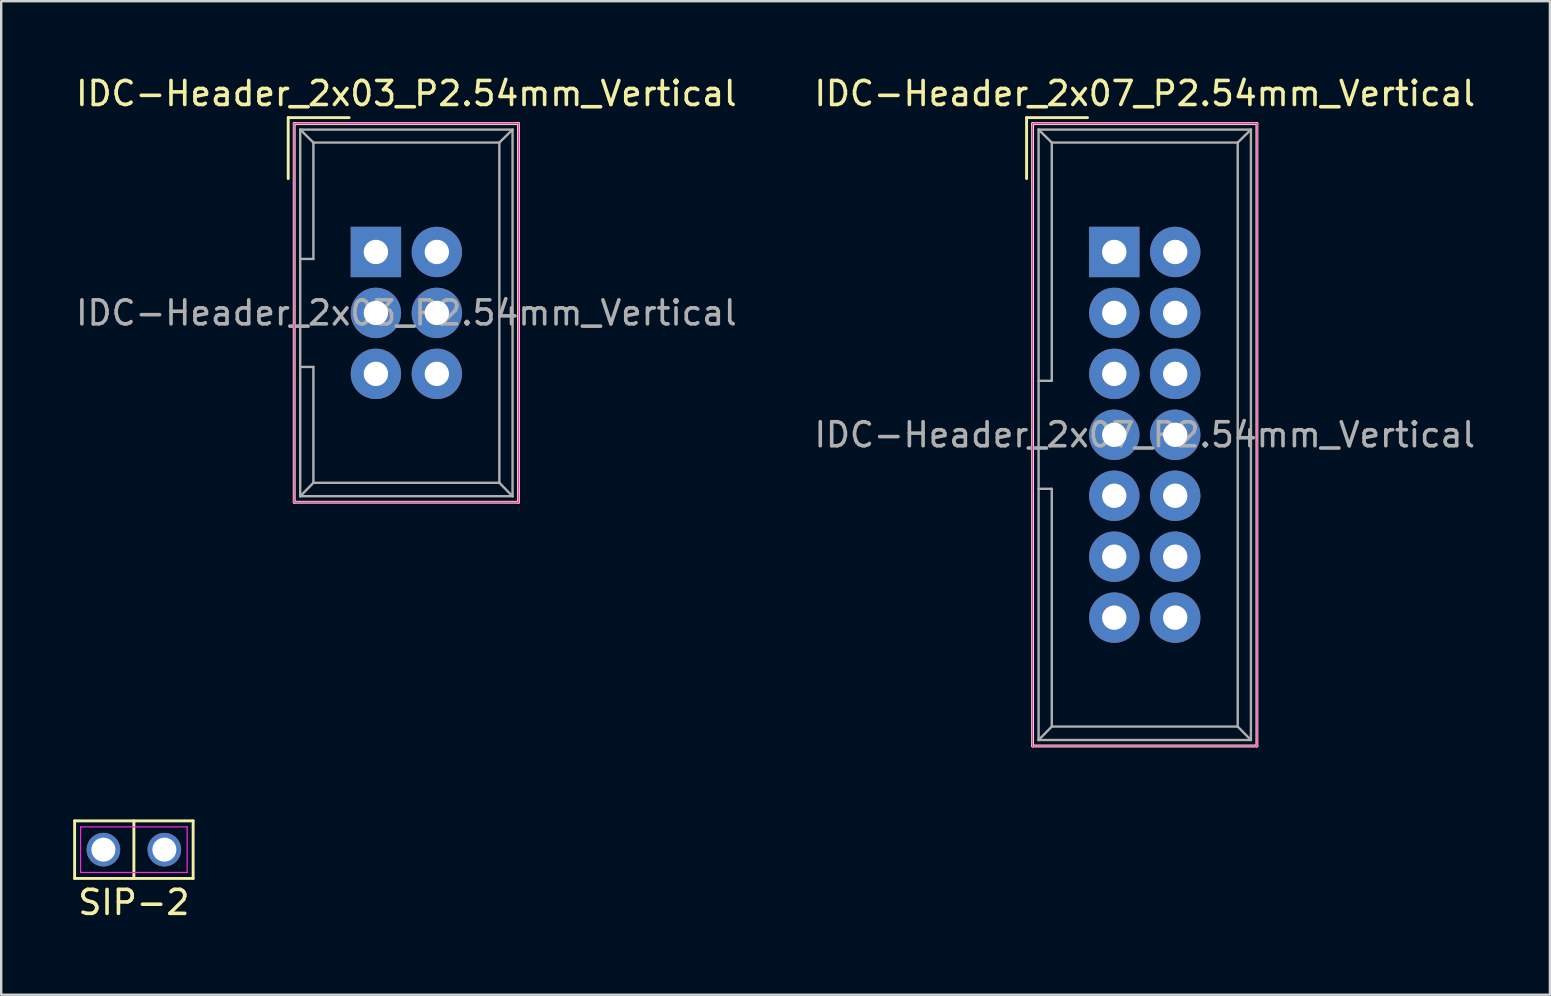
<source format=kicad_pcb>
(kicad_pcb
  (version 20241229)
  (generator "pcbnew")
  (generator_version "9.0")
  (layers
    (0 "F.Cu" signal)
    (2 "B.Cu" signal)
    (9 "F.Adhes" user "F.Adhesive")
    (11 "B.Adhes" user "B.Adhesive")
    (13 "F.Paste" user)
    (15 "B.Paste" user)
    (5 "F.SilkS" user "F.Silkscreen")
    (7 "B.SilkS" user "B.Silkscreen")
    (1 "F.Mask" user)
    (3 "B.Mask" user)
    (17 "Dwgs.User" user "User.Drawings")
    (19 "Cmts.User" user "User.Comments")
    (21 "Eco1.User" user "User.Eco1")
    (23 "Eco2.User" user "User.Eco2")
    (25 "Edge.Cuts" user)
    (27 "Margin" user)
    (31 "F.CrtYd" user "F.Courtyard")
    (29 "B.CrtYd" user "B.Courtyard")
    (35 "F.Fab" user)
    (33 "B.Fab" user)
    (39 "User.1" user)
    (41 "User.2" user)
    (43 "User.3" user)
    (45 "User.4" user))
  (footprint "IDC-Header_2x03_P2.54mm_Vertical"
    (layer "F.Cu")
    (at 12.617 7.452)
    (property "Reference" "IDC-Header_2x03_P2.54mm_Vertical" (at 1.27 -6.604 0) (layer "F.SilkS") (effects (font (size 1 1) (thickness 0.15))))
    (attr through_hole)
    (fp_line (start -3.655 -5.6) (end -3.655 -3.06) (stroke (width 0.12) (type solid)) (layer "F.SilkS"))
    (fp_line (start -3.655 -5.6) (end -1.115 -5.6) (stroke (width 0.12) (type solid)) (layer "F.SilkS"))
    (fp_line (start -3.405 -5.35) (end 5.945 -5.35) (stroke (width 0.12) (type solid)) (layer "F.SilkS"))
    (fp_line (start -3.405 10.43) (end -3.405 -5.35) (stroke (width 0.12) (type solid)) (layer "F.SilkS"))
    (fp_line (start 5.945 -5.35) (end 5.945 10.43) (stroke (width 0.12) (type solid)) (layer "F.SilkS"))
    (fp_line (start 5.945 10.43) (end -3.405 10.43) (stroke (width 0.12) (type solid)) (layer "F.SilkS"))
    (fp_line (start -3.41 -5.35) (end 5.95 -5.35) (stroke (width 0.05) (type solid)) (layer "F.CrtYd"))
    (fp_line (start -3.41 10.43) (end -3.41 -5.35) (stroke (width 0.05) (type solid)) (layer "F.CrtYd"))
    (fp_line (start 5.95 -5.35) (end 5.95 10.43) (stroke (width 0.05) (type solid)) (layer "F.CrtYd"))
    (fp_line (start 5.95 10.43) (end -3.41 10.43) (stroke (width 0.05) (type solid)) (layer "F.CrtYd"))
    (fp_line (start -3.155 -5.1) (end -3.155 10.18) (stroke (width 0.1) (type solid)) (layer "F.Fab"))
    (fp_line (start -3.155 -5.1) (end -2.605 -4.56) (stroke (width 0.1) (type solid)) (layer "F.Fab"))
    (fp_line (start -3.155 10.18) (end -2.605 9.62) (stroke (width 0.1) (type solid)) (layer "F.Fab"))
    (fp_line (start -2.605 -4.56) (end -2.605 0.29) (stroke (width 0.1) (type solid)) (layer "F.Fab"))
    (fp_line (start -2.605 0.29) (end -3.155 0.29) (stroke (width 0.1) (type solid)) (layer "F.Fab"))
    (fp_line (start -2.605 4.79) (end -3.155 4.79) (stroke (width 0.1) (type solid)) (layer "F.Fab"))
    (fp_line (start -2.605 4.79) (end -2.605 9.62) (stroke (width 0.1) (type solid)) (layer "F.Fab"))
    (fp_line (start 5.145 -4.56) (end -2.605 -4.56) (stroke (width 0.1) (type solid)) (layer "F.Fab"))
    (fp_line (start 5.145 -4.56) (end 5.145 9.62) (stroke (width 0.1) (type solid)) (layer "F.Fab"))
    (fp_line (start 5.145 9.62) (end -2.605 9.62) (stroke (width 0.1) (type solid)) (layer "F.Fab"))
    (fp_line (start 5.695 -5.1) (end -3.155 -5.1) (stroke (width 0.1) (type solid)) (layer "F.Fab"))
    (fp_line (start 5.695 -5.1) (end 5.145 -4.56) (stroke (width 0.1) (type solid)) (layer "F.Fab"))
    (fp_line (start 5.695 -5.1) (end 5.695 10.18) (stroke (width 0.1) (type solid)) (layer "F.Fab"))
    (fp_line (start 5.695 10.18) (end -3.155 10.18) (stroke (width 0.1) (type solid)) (layer "F.Fab"))
    (fp_line (start 5.695 10.18) (end 5.145 9.62) (stroke (width 0.1) (type solid)) (layer "F.Fab"))
    (fp_text user "${REFERENCE}" (at 1.27 2.54 0) (layer "F.Fab") (effects (font (size 1 1) (thickness 0.15))))
    (pad "1" thru_hole rect (at 0 0) (size 2.1 2.1) (drill 1.016) (layers "*.Cu" "*.Mask"))
    (pad "2" thru_hole oval (at 2.54 0) (size 2.1 2.1) (drill 1.016) (layers "*.Cu" "*.Mask"))
    (pad "3" thru_hole oval (at 0 2.54) (size 2.1 2.1) (drill 1.016) (layers "*.Cu" "*.Mask"))
    (pad "4" thru_hole oval (at 2.54 2.54) (size 2.1 2.1) (drill 1.016) (layers "*.Cu" "*.Mask"))
    (pad "5" thru_hole oval (at 0 5.08) (size 2.1 2.1) (drill 1.016) (layers "*.Cu" "*.Mask"))
    (pad "6" thru_hole oval (at 2.54 5.08) (size 2.1 2.1) (drill 1.016) (layers "*.Cu" "*.Mask")))
  (footprint "IDC-Header_2x07_P2.54mm_Vertical"
    (layer "F.Cu")
    (at 43.391 7.452)
    (property "Reference" "IDC-Header_2x07_P2.54mm_Vertical" (at 1.27 -6.604 0) (layer "F.SilkS") (effects (font (size 1 1) (thickness 0.15))))
    (attr through_hole)
    (fp_line (start -3.655 -5.6) (end -3.655 -3.06) (stroke (width 0.12) (type solid)) (layer "F.SilkS"))
    (fp_line (start -3.655 -5.6) (end -1.115 -5.6) (stroke (width 0.12) (type solid)) (layer "F.SilkS"))
    (fp_line (start -3.405 -5.35) (end 5.945 -5.35) (stroke (width 0.12) (type solid)) (layer "F.SilkS"))
    (fp_line (start -3.405 20.59) (end -3.405 -5.35) (stroke (width 0.12) (type solid)) (layer "F.SilkS"))
    (fp_line (start 5.945 -5.35) (end 5.945 20.59) (stroke (width 0.12) (type solid)) (layer "F.SilkS"))
    (fp_line (start 5.945 20.59) (end -3.405 20.59) (stroke (width 0.12) (type solid)) (layer "F.SilkS"))
    (fp_line (start -3.41 -5.35) (end 5.95 -5.35) (stroke (width 0.05) (type solid)) (layer "F.CrtYd"))
    (fp_line (start -3.41 20.59) (end -3.41 -5.35) (stroke (width 0.05) (type solid)) (layer "F.CrtYd"))
    (fp_line (start 5.95 -5.35) (end 5.95 20.59) (stroke (width 0.05) (type solid)) (layer "F.CrtYd"))
    (fp_line (start 5.95 20.59) (end -3.41 20.59) (stroke (width 0.05) (type solid)) (layer "F.CrtYd"))
    (fp_line (start -3.155 -5.1) (end -3.155 20.34) (stroke (width 0.1) (type solid)) (layer "F.Fab"))
    (fp_line (start -3.155 -5.1) (end -2.605 -4.56) (stroke (width 0.1) (type solid)) (layer "F.Fab"))
    (fp_line (start -3.155 20.34) (end -2.605 19.78) (stroke (width 0.1) (type solid)) (layer "F.Fab"))
    (fp_line (start -2.605 -4.56) (end -2.605 5.37) (stroke (width 0.1) (type solid)) (layer "F.Fab"))
    (fp_line (start -2.605 5.37) (end -3.155 5.37) (stroke (width 0.1) (type solid)) (layer "F.Fab"))
    (fp_line (start -2.605 9.87) (end -3.155 9.87) (stroke (width 0.1) (type solid)) (layer "F.Fab"))
    (fp_line (start -2.605 9.87) (end -2.605 19.78) (stroke (width 0.1) (type solid)) (layer "F.Fab"))
    (fp_line (start 5.145 -4.56) (end -2.605 -4.56) (stroke (width 0.1) (type solid)) (layer "F.Fab"))
    (fp_line (start 5.145 -4.56) (end 5.145 19.78) (stroke (width 0.1) (type solid)) (layer "F.Fab"))
    (fp_line (start 5.145 19.78) (end -2.605 19.78) (stroke (width 0.1) (type solid)) (layer "F.Fab"))
    (fp_line (start 5.695 -5.1) (end -3.155 -5.1) (stroke (width 0.1) (type solid)) (layer "F.Fab"))
    (fp_line (start 5.695 -5.1) (end 5.145 -4.56) (stroke (width 0.1) (type solid)) (layer "F.Fab"))
    (fp_line (start 5.695 -5.1) (end 5.695 20.34) (stroke (width 0.1) (type solid)) (layer "F.Fab"))
    (fp_line (start 5.695 20.34) (end -3.155 20.34) (stroke (width 0.1) (type solid)) (layer "F.Fab"))
    (fp_line (start 5.695 20.34) (end 5.145 19.78) (stroke (width 0.1) (type solid)) (layer "F.Fab"))
    (fp_text user "${REFERENCE}" (at 1.27 7.62 0) (layer "F.Fab") (effects (font (size 1 1) (thickness 0.15))))
    (pad "1" thru_hole rect (at 0 0) (size 2.1 2.1) (drill 1.016) (layers "*.Cu" "*.Mask"))
    (pad "2" thru_hole oval (at 2.54 0) (size 2.1 2.1) (drill 1.016) (layers "*.Cu" "*.Mask"))
    (pad "3" thru_hole oval (at 0 2.54) (size 2.1 2.1) (drill 1.016) (layers "*.Cu" "*.Mask"))
    (pad "4" thru_hole oval (at 2.54 2.54) (size 2.1 2.1) (drill 1.016) (layers "*.Cu" "*.Mask"))
    (pad "5" thru_hole oval (at 0 5.08) (size 2.1 2.1) (drill 1.016) (layers "*.Cu" "*.Mask"))
    (pad "6" thru_hole oval (at 2.54 5.08) (size 2.1 2.1) (drill 1.016) (layers "*.Cu" "*.Mask"))
    (pad "7" thru_hole oval (at 0 7.62) (size 2.1 2.1) (drill 1.016) (layers "*.Cu" "*.Mask"))
    (pad "8" thru_hole oval (at 2.54 7.62) (size 2.1 2.1) (drill 1.016) (layers "*.Cu" "*.Mask"))
    (pad "9" thru_hole oval (at 0 10.16) (size 2.1 2.1) (drill 1.016) (layers "*.Cu" "*.Mask"))
    (pad "10" thru_hole oval (at 2.54 10.16) (size 2.1 2.1) (drill 1.016) (layers "*.Cu" "*.Mask"))
    (pad "11" thru_hole oval (at 0 12.7) (size 2.1 2.1) (drill 1.016) (layers "*.Cu" "*.Mask"))
    (pad "12" thru_hole oval (at 2.54 12.7) (size 2.1 2.1) (drill 1.016) (layers "*.Cu" "*.Mask"))
    (pad "13" thru_hole oval (at 0 15.24) (size 2.1 2.1) (drill 1.016) (layers "*.Cu" "*.Mask"))
    (pad "14" thru_hole oval (at 2.54 15.24) (size 2.1 2.1) (drill 1.016) (layers "*.Cu" "*.Mask")))
  (footprint "SIP-2"
    (layer "F.Cu")
    (at 2.53 32.362)
    (property "Reference" "SIP-2" (at 0 2.2 0) (layer "F.SilkS") (effects (font (size 1 1) (thickness 0.15))))
    (attr through_hole)
    (fp_line (start -2.47 -1.2) (end 2.47 -1.2) (stroke (width 0.12) (type solid)) (layer "F.SilkS"))
    (fp_line (start -2.47 1.2) (end -2.47 -1.2) (stroke (width 0.12) (type solid)) (layer "F.SilkS"))
    (fp_line (start 0 -1.2) (end 0 1.2) (stroke (width 0.12) (type solid)) (layer "F.SilkS"))
    (fp_line (start 2.47 -1.2) (end 2.47 1.2) (stroke (width 0.12) (type solid)) (layer "F.SilkS"))
    (fp_line (start 2.47 1.2) (end -2.47 1.2) (stroke (width 0.12) (type solid)) (layer "F.SilkS"))
    (fp_line (start -2.22 -0.95) (end 2.22 -0.95) (stroke (width 0.05) (type solid)) (layer "F.CrtYd"))
    (fp_line (start -2.22 0.95) (end -2.22 -0.95) (stroke (width 0.05) (type solid)) (layer "F.CrtYd"))
    (fp_line (start 2.22 -0.95) (end 2.22 0.95) (stroke (width 0.05) (type solid)) (layer "F.CrtYd"))
    (fp_line (start 2.22 0.95) (end -2.22 0.95) (stroke (width 0.05) (type solid)) (layer "F.CrtYd"))
    (pad "1" thru_hole circle (at -1.27 0) (size 1.4 1.4) (drill 1) (layers "*.Cu" "*.Mask"))
    (pad "2" thru_hole circle (at 1.27 0) (size 1.4 1.4) (drill 1) (layers "*.Cu" "*.Mask")))
  (gr_rect
    (start -3 -3)
    (end 61.548 38.41)
    (stroke (width 0.1) (type default))
    (fill no)
    (layer "Edge.Cuts")))
</source>
